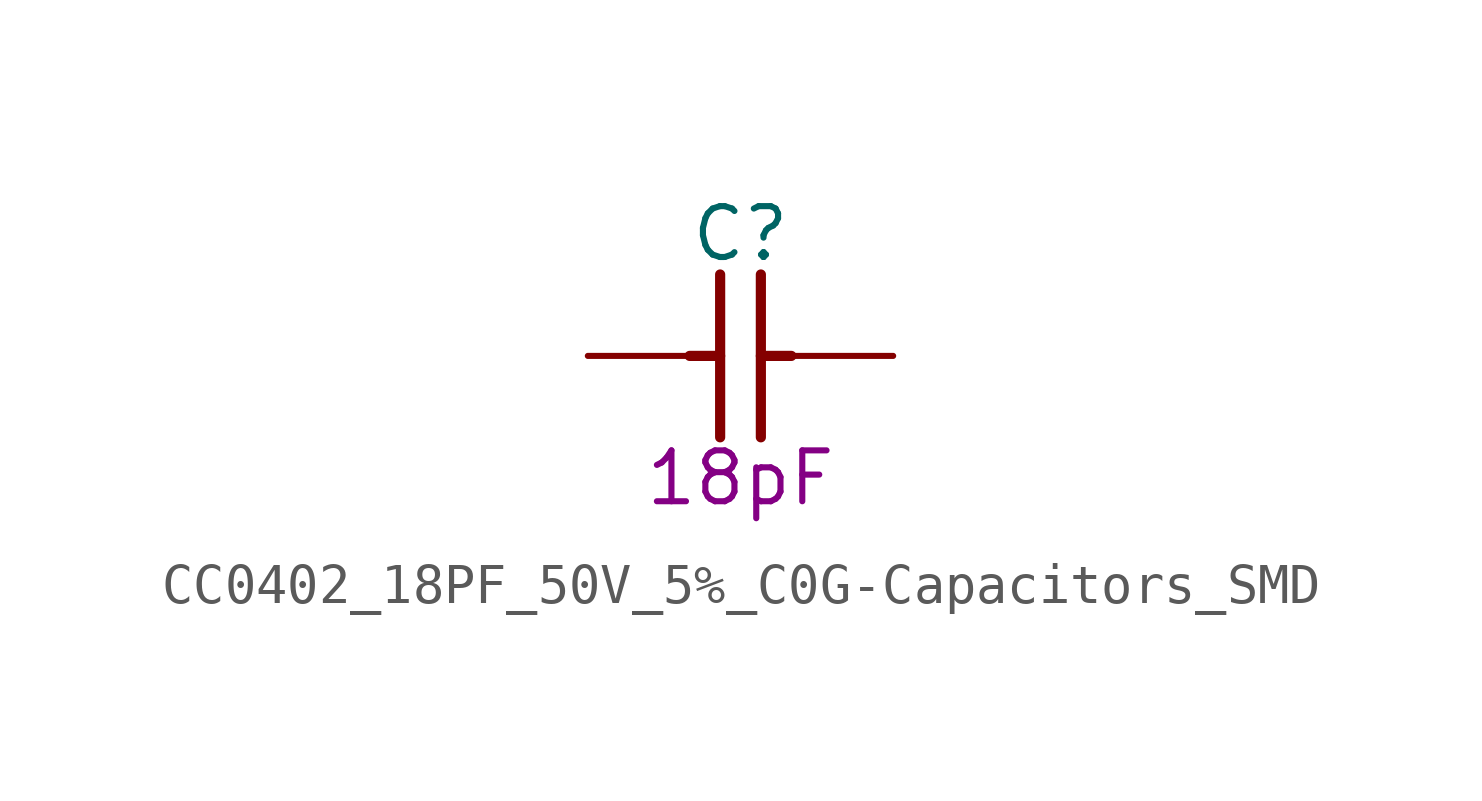
<source format=kicad_sym>
(kicad_symbol_lib
  (version 20200126)
  (host kicad_symbol_editor "(5.99.0-2809-gaceed2b0a4)")
  (symbol "LCD_Board-rescue:CC0402_18PF_50V_5%_C0G-Capacitors_SMD"
    (pin_names
      (offset 1.27))
    (property "Reference" "C"
      (at 3.81 3.048 0)
      (effects (font (size 1.27 1.27))))
    (property "Val" "18pF"
      (at 3.81 -3.048 0)
      (effects (font (size 1.27 1.27))))
    (property "ki_locked" ""
      (at 0 0 0)
      (effects (font (size 1.27 1.27))))
    (symbol "CC0402_18PF_50V_5%_C0G-Capacitors_SMD_0_1"
      (polyline (pts (xy 2.54 0) (xy 3.302 0)) (stroke (width 0.254)) (fill (type none)))
      (polyline (pts (xy 3.302 -2.032) (xy 3.302 2.032)) (stroke (width 0.254)) (fill (type none)))
      (polyline (pts (xy 4.318 2.032) (xy 4.318 -2.032)) (stroke (width 0.254)) (fill (type none)))
      (polyline (pts (xy 5.08 0) (xy 4.318 0)) (stroke (width 0.254)) (fill (type none)))
      (pin passive line (at 0 0 0) (length 2.54) (name "1" (effects (font (size 0 0)))) (number "1" (effects (font (size 0 0)))))
      (pin passive line (at 7.62 0 180) (length 2.54) (name "2" (effects (font (size 0 0)))) (number "2" (effects (font (size 0 0))))))))
</source>
